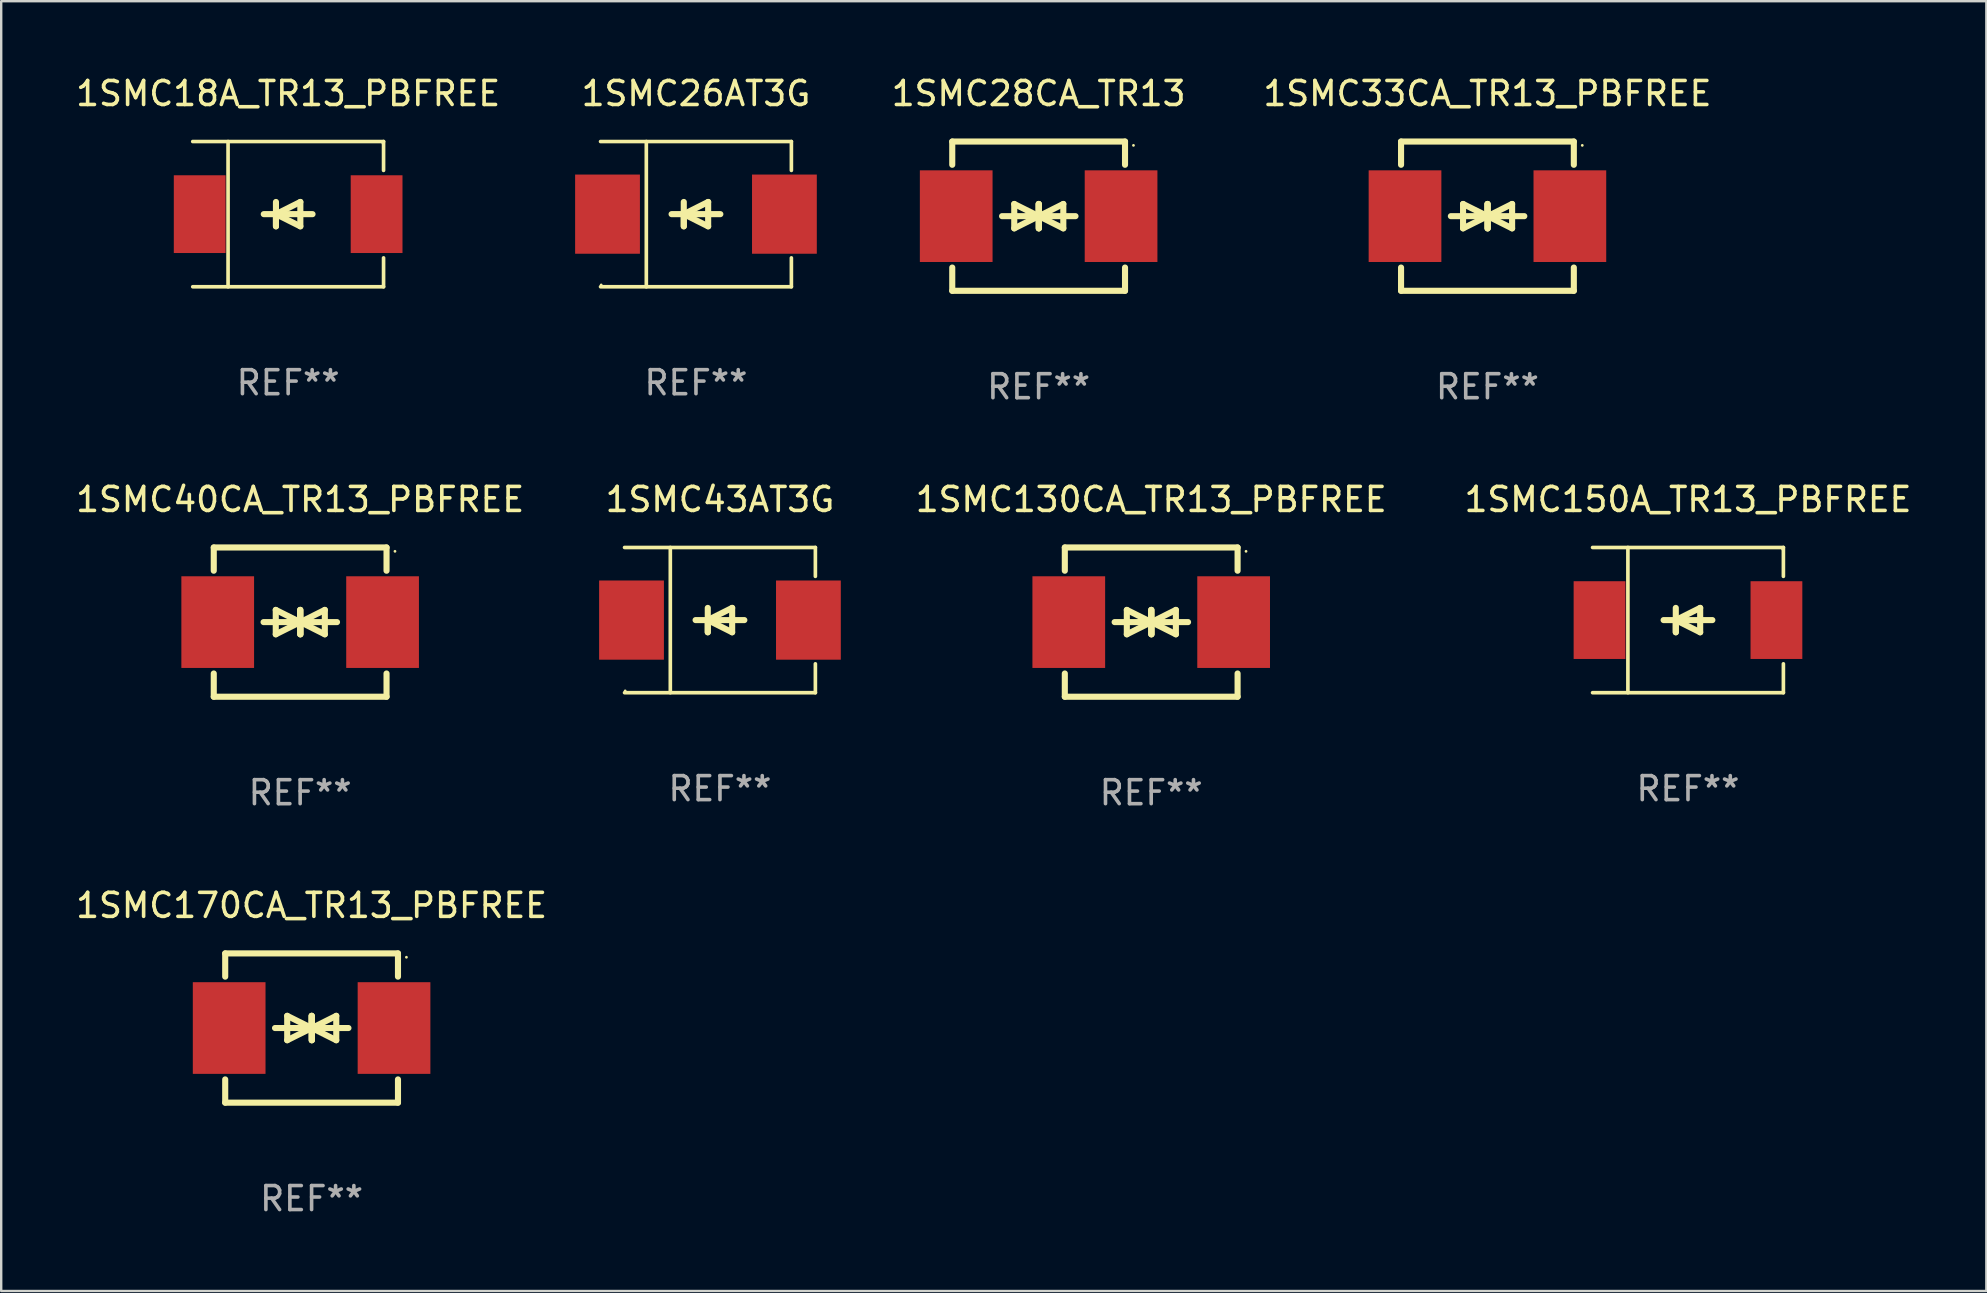
<source format=kicad_pcb>
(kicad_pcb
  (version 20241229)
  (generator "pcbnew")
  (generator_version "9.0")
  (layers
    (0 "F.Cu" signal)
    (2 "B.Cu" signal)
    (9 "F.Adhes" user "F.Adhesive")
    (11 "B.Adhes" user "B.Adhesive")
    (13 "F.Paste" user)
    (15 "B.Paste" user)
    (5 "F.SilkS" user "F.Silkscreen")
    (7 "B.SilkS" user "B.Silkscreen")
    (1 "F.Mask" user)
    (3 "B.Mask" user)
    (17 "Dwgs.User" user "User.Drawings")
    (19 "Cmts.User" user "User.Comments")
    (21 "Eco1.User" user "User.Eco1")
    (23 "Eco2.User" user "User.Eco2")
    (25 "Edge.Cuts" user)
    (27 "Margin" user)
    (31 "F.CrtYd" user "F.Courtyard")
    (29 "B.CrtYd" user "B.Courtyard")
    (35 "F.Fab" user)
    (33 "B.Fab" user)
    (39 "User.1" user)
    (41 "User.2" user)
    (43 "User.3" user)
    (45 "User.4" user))
  (footprint "1SMC18A_TR13_PBFREE"
    (layer "F.Cu")
    (at 8.958 5.874)
    (property "Reference" "1SMC18A_TR13_PBFREE" (at 0 -5.026 0) (layer "F.SilkS") (effects (font (size 1 1) (thickness 0.15))))
    (attr through_hole)
    (fp_line (start -3.976 -3.026) (end 3.976 -3.026) (stroke (width 0.152) (type solid)) (layer "F.SilkS"))
    (fp_line (start -3.976 3.026) (end 3.976 3.026) (stroke (width 0.152) (type solid)) (layer "F.SilkS"))
    (fp_line (start -2.504 -3.026) (end -2.504 3.026) (stroke (width 0.152) (type solid)) (layer "F.SilkS"))
    (fp_line (start -0.508 0) (end -0.508 0.508) (stroke (width 0.254) (type solid)) (layer "F.SilkS"))
    (fp_line (start -0.508 0) (end 0.508 0.508) (stroke (width 0.254) (type solid)) (layer "F.SilkS"))
    (fp_line (start -0.508 0.508) (end -0.508 -0.508) (stroke (width 0.254) (type solid)) (layer "F.SilkS"))
    (fp_line (start 0.508 -0.508) (end -0.508 0) (stroke (width 0.254) (type solid)) (layer "F.SilkS"))
    (fp_line (start 0.508 0.508) (end 0.508 -0.508) (stroke (width 0.254) (type solid)) (layer "F.SilkS"))
    (fp_line (start 1.016 0) (end -1.016 0) (stroke (width 0.254) (type solid)) (layer "F.SilkS"))
    (fp_line (start 3.976 -3.026) (end 3.976 -1.823) (stroke (width 0.152) (type solid)) (layer "F.SilkS"))
    (fp_line (start 3.976 3.026) (end 3.976 1.823) (stroke (width 0.152) (type solid)) (layer "F.SilkS"))
    (fp_circle (center 3.95 -2.95) (end 3.98 -2.95) (stroke (width 0.06) (type solid)) (fill no) (layer "F.SilkS"))
    (fp_text user "REF**" (at 0 7.026 0) (layer "F.Fab") (effects (font (size 1 1) (thickness 0.15))))
    (pad "1" smd rect (at 3.686 0 180) (size 2.158 3.24) (layers "F.Cu" "F.Mask" "F.Paste"))
    (pad "2" smd rect (at -3.686 0 180) (size 2.158 3.24) (layers "F.Cu" "F.Mask" "F.Paste")))
  (footprint "1SMC170CA_TR13_PBFREE"
    (layer "F.Cu")
    (at 9.935 39.791)
    (property "Reference" "1SMC170CA_TR13_PBFREE" (at 0 -5.11 0) (layer "F.SilkS") (effects (font (size 1 1) (thickness 0.15))))
    (attr through_hole)
    (fp_line (start -3.6 -2.141) (end -3.6 -3.11) (stroke (width 0.254) (type solid)) (layer "F.SilkS"))
    (fp_line (start -3.6 3.11) (end -3.6 2.141) (stroke (width 0.254) (type solid)) (layer "F.SilkS"))
    (fp_line (start -1.524 0) (end 0.508 0) (stroke (width 0.254) (type solid)) (layer "F.SilkS"))
    (fp_line (start -1.016 -0.508) (end -1.016 0.508) (stroke (width 0.254) (type solid)) (layer "F.SilkS"))
    (fp_line (start -1.016 0.508) (end 0 0) (stroke (width 0.254) (type solid)) (layer "F.SilkS"))
    (fp_line (start 0 -0.508) (end 0 0.508) (stroke (width 0.254) (type solid)) (layer "F.SilkS"))
    (fp_line (start 0 0) (end -1.016 -0.508) (stroke (width 0.254) (type solid)) (layer "F.SilkS"))
    (fp_line (start 0 0) (end 0 -0.508) (stroke (width 0.254) (type solid)) (layer "F.SilkS"))
    (fp_line (start 0.012 0) (end 0.012 0.508) (stroke (width 0.254) (type solid)) (layer "F.SilkS"))
    (fp_line (start 0.012 0) (end 1.028 0.508) (stroke (width 0.254) (type solid)) (layer "F.SilkS"))
    (fp_line (start 0.012 0.508) (end 0.012 -0.508) (stroke (width 0.254) (type solid)) (layer "F.SilkS"))
    (fp_line (start 1.028 -0.508) (end 0.012 0) (stroke (width 0.254) (type solid)) (layer "F.SilkS"))
    (fp_line (start 1.028 0.508) (end 1.028 -0.508) (stroke (width 0.254) (type solid)) (layer "F.SilkS"))
    (fp_line (start 1.536 0) (end -0.496 0) (stroke (width 0.254) (type solid)) (layer "F.SilkS"))
    (fp_line (start 3.6 -3.11) (end -3.6 -3.11) (stroke (width 0.254) (type solid)) (layer "F.SilkS"))
    (fp_line (start 3.6 -2.141) (end 3.6 -3.11) (stroke (width 0.254) (type solid)) (layer "F.SilkS"))
    (fp_line (start 3.6 3.11) (end -3.6 3.11) (stroke (width 0.254) (type solid)) (layer "F.SilkS"))
    (fp_line (start 3.6 3.11) (end 3.6 2.141) (stroke (width 0.254) (type solid)) (layer "F.SilkS"))
    (fp_circle (center 3.952 -2.95) (end 3.982 -2.95) (stroke (width 0.06) (type solid)) (fill no) (layer "F.SilkS"))
    (fp_text user "REF**" (at 0 7.11 0) (layer "F.Fab") (effects (font (size 1 1) (thickness 0.15))))
    (pad "1" smd rect (at 3.435 0) (size 3.03 3.82) (layers "F.Cu" "F.Mask" "F.Paste"))
    (pad "2" smd rect (at -3.435 0) (size 3.03 3.82) (layers "F.Cu" "F.Mask" "F.Paste")))
  (footprint "1SMC28CA_TR13"
    (layer "F.Cu")
    (at 40.233 5.958)
    (property "Reference" "1SMC28CA_TR13" (at 0 -5.11 0) (layer "F.SilkS") (effects (font (size 1 1) (thickness 0.15))))
    (attr through_hole)
    (fp_line (start -3.6 -2.141) (end -3.6 -3.11) (stroke (width 0.254) (type solid)) (layer "F.SilkS"))
    (fp_line (start -3.6 3.11) (end -3.6 2.141) (stroke (width 0.254) (type solid)) (layer "F.SilkS"))
    (fp_line (start -1.524 0) (end 0.508 0) (stroke (width 0.254) (type solid)) (layer "F.SilkS"))
    (fp_line (start -1.016 -0.508) (end -1.016 0.508) (stroke (width 0.254) (type solid)) (layer "F.SilkS"))
    (fp_line (start -1.016 0.508) (end 0 0) (stroke (width 0.254) (type solid)) (layer "F.SilkS"))
    (fp_line (start 0 -0.508) (end 0 0.508) (stroke (width 0.254) (type solid)) (layer "F.SilkS"))
    (fp_line (start 0 0) (end -1.016 -0.508) (stroke (width 0.254) (type solid)) (layer "F.SilkS"))
    (fp_line (start 0 0) (end 0 -0.508) (stroke (width 0.254) (type solid)) (layer "F.SilkS"))
    (fp_line (start 0.012 0) (end 0.012 0.508) (stroke (width 0.254) (type solid)) (layer "F.SilkS"))
    (fp_line (start 0.012 0) (end 1.028 0.508) (stroke (width 0.254) (type solid)) (layer "F.SilkS"))
    (fp_line (start 0.012 0.508) (end 0.012 -0.508) (stroke (width 0.254) (type solid)) (layer "F.SilkS"))
    (fp_line (start 1.028 -0.508) (end 0.012 0) (stroke (width 0.254) (type solid)) (layer "F.SilkS"))
    (fp_line (start 1.028 0.508) (end 1.028 -0.508) (stroke (width 0.254) (type solid)) (layer "F.SilkS"))
    (fp_line (start 1.536 0) (end -0.496 0) (stroke (width 0.254) (type solid)) (layer "F.SilkS"))
    (fp_line (start 3.6 -3.11) (end -3.6 -3.11) (stroke (width 0.254) (type solid)) (layer "F.SilkS"))
    (fp_line (start 3.6 -2.141) (end 3.6 -3.11) (stroke (width 0.254) (type solid)) (layer "F.SilkS"))
    (fp_line (start 3.6 3.11) (end -3.6 3.11) (stroke (width 0.254) (type solid)) (layer "F.SilkS"))
    (fp_line (start 3.6 3.11) (end 3.6 2.141) (stroke (width 0.254) (type solid)) (layer "F.SilkS"))
    (fp_circle (center 3.952 -2.95) (end 3.982 -2.95) (stroke (width 0.06) (type solid)) (fill no) (layer "F.SilkS"))
    (fp_text user "REF**" (at 0 7.11 0) (layer "F.Fab") (effects (font (size 1 1) (thickness 0.15))))
    (pad "1" smd rect (at 3.435 0) (size 3.03 3.82) (layers "F.Cu" "F.Mask" "F.Paste"))
    (pad "2" smd rect (at -3.435 0) (size 3.03 3.82) (layers "F.Cu" "F.Mask" "F.Paste")))
  (footprint "1SMC43AT3G"
    (layer "F.Cu")
    (at 26.953 22.791)
    (property "Reference" "1SMC43AT3G" (at 0 -5.026 0) (layer "F.SilkS") (effects (font (size 1 1) (thickness 0.15))))
    (attr through_hole)
    (fp_line (start -3.976 -3.026) (end 3.976 -3.026) (stroke (width 0.152) (type solid)) (layer "F.SilkS"))
    (fp_line (start -3.976 3.026) (end 3.976 3.026) (stroke (width 0.152) (type solid)) (layer "F.SilkS"))
    (fp_line (start -2.069 -3.026) (end -2.069 3.026) (stroke (width 0.152) (type solid)) (layer "F.SilkS"))
    (fp_line (start -0.508 0) (end -0.508 0.508) (stroke (width 0.254) (type solid)) (layer "F.SilkS"))
    (fp_line (start -0.508 0) (end 0.508 0.508) (stroke (width 0.254) (type solid)) (layer "F.SilkS"))
    (fp_line (start -0.508 0.508) (end -0.508 -0.508) (stroke (width 0.254) (type solid)) (layer "F.SilkS"))
    (fp_line (start 0.508 -0.508) (end -0.508 0) (stroke (width 0.254) (type solid)) (layer "F.SilkS"))
    (fp_line (start 0.508 0.508) (end 0.508 -0.508) (stroke (width 0.254) (type solid)) (layer "F.SilkS"))
    (fp_line (start 1.016 0) (end -1.016 0) (stroke (width 0.254) (type solid)) (layer "F.SilkS"))
    (fp_line (start 3.976 -3.026) (end 3.976 -1.823) (stroke (width 0.152) (type solid)) (layer "F.SilkS"))
    (fp_line (start 3.976 3.026) (end 3.976 1.823) (stroke (width 0.152) (type solid)) (layer "F.SilkS"))
    (fp_circle (center -3.95 2.95) (end -3.92 2.95) (stroke (width 0.06) (type solid)) (fill no) (layer "F.SilkS"))
    (fp_text user "REF**" (at 0 7.026 0) (layer "F.Fab") (effects (font (size 1 1) (thickness 0.15))))
    (pad "1" smd rect (at -3.686 0) (size 2.7 3.3) (layers "F.Cu" "F.Mask" "F.Paste"))
    (pad "2" smd rect (at 3.686 0) (size 2.7 3.3) (layers "F.Cu" "F.Mask" "F.Paste")))
  (footprint "1SMC33CA_TR13_PBFREE"
    (layer "F.Cu")
    (at 58.936 5.958)
    (property "Reference" "1SMC33CA_TR13_PBFREE" (at 0 -5.11 0) (layer "F.SilkS") (effects (font (size 1 1) (thickness 0.15))))
    (attr through_hole)
    (fp_line (start -3.6 -2.141) (end -3.6 -3.11) (stroke (width 0.254) (type solid)) (layer "F.SilkS"))
    (fp_line (start -3.6 3.11) (end -3.6 2.141) (stroke (width 0.254) (type solid)) (layer "F.SilkS"))
    (fp_line (start -1.524 0) (end 0.508 0) (stroke (width 0.254) (type solid)) (layer "F.SilkS"))
    (fp_line (start -1.016 -0.508) (end -1.016 0.508) (stroke (width 0.254) (type solid)) (layer "F.SilkS"))
    (fp_line (start -1.016 0.508) (end 0 0) (stroke (width 0.254) (type solid)) (layer "F.SilkS"))
    (fp_line (start 0 -0.508) (end 0 0.508) (stroke (width 0.254) (type solid)) (layer "F.SilkS"))
    (fp_line (start 0 0) (end -1.016 -0.508) (stroke (width 0.254) (type solid)) (layer "F.SilkS"))
    (fp_line (start 0 0) (end 0 -0.508) (stroke (width 0.254) (type solid)) (layer "F.SilkS"))
    (fp_line (start 0.012 0) (end 0.012 0.508) (stroke (width 0.254) (type solid)) (layer "F.SilkS"))
    (fp_line (start 0.012 0) (end 1.028 0.508) (stroke (width 0.254) (type solid)) (layer "F.SilkS"))
    (fp_line (start 0.012 0.508) (end 0.012 -0.508) (stroke (width 0.254) (type solid)) (layer "F.SilkS"))
    (fp_line (start 1.028 -0.508) (end 0.012 0) (stroke (width 0.254) (type solid)) (layer "F.SilkS"))
    (fp_line (start 1.028 0.508) (end 1.028 -0.508) (stroke (width 0.254) (type solid)) (layer "F.SilkS"))
    (fp_line (start 1.536 0) (end -0.496 0) (stroke (width 0.254) (type solid)) (layer "F.SilkS"))
    (fp_line (start 3.6 -3.11) (end -3.6 -3.11) (stroke (width 0.254) (type solid)) (layer "F.SilkS"))
    (fp_line (start 3.6 -2.141) (end 3.6 -3.11) (stroke (width 0.254) (type solid)) (layer "F.SilkS"))
    (fp_line (start 3.6 3.11) (end -3.6 3.11) (stroke (width 0.254) (type solid)) (layer "F.SilkS"))
    (fp_line (start 3.6 3.11) (end 3.6 2.141) (stroke (width 0.254) (type solid)) (layer "F.SilkS"))
    (fp_circle (center 3.952 -2.95) (end 3.982 -2.95) (stroke (width 0.06) (type solid)) (fill no) (layer "F.SilkS"))
    (fp_text user "REF**" (at 0 7.11 0) (layer "F.Fab") (effects (font (size 1 1) (thickness 0.15))))
    (pad "1" smd rect (at 3.435 0) (size 3.03 3.82) (layers "F.Cu" "F.Mask" "F.Paste"))
    (pad "2" smd rect (at -3.435 0) (size 3.03 3.82) (layers "F.Cu" "F.Mask" "F.Paste")))
  (footprint "1SMC40CA_TR13_PBFREE"
    (layer "F.Cu")
    (at 9.458 22.875)
    (property "Reference" "1SMC40CA_TR13_PBFREE" (at 0 -5.11 0) (layer "F.SilkS") (effects (font (size 1 1) (thickness 0.15))))
    (attr through_hole)
    (fp_line (start -3.6 -2.141) (end -3.6 -3.11) (stroke (width 0.254) (type solid)) (layer "F.SilkS"))
    (fp_line (start -3.6 3.11) (end -3.6 2.141) (stroke (width 0.254) (type solid)) (layer "F.SilkS"))
    (fp_line (start -1.524 0) (end 0.508 0) (stroke (width 0.254) (type solid)) (layer "F.SilkS"))
    (fp_line (start -1.016 -0.508) (end -1.016 0.508) (stroke (width 0.254) (type solid)) (layer "F.SilkS"))
    (fp_line (start -1.016 0.508) (end 0 0) (stroke (width 0.254) (type solid)) (layer "F.SilkS"))
    (fp_line (start 0 -0.508) (end 0 0.508) (stroke (width 0.254) (type solid)) (layer "F.SilkS"))
    (fp_line (start 0 0) (end -1.016 -0.508) (stroke (width 0.254) (type solid)) (layer "F.SilkS"))
    (fp_line (start 0 0) (end 0 -0.508) (stroke (width 0.254) (type solid)) (layer "F.SilkS"))
    (fp_line (start 0.012 0) (end 0.012 0.508) (stroke (width 0.254) (type solid)) (layer "F.SilkS"))
    (fp_line (start 0.012 0) (end 1.028 0.508) (stroke (width 0.254) (type solid)) (layer "F.SilkS"))
    (fp_line (start 0.012 0.508) (end 0.012 -0.508) (stroke (width 0.254) (type solid)) (layer "F.SilkS"))
    (fp_line (start 1.028 -0.508) (end 0.012 0) (stroke (width 0.254) (type solid)) (layer "F.SilkS"))
    (fp_line (start 1.028 0.508) (end 1.028 -0.508) (stroke (width 0.254) (type solid)) (layer "F.SilkS"))
    (fp_line (start 1.536 0) (end -0.496 0) (stroke (width 0.254) (type solid)) (layer "F.SilkS"))
    (fp_line (start 3.6 -3.11) (end -3.6 -3.11) (stroke (width 0.254) (type solid)) (layer "F.SilkS"))
    (fp_line (start 3.6 -2.141) (end 3.6 -3.11) (stroke (width 0.254) (type solid)) (layer "F.SilkS"))
    (fp_line (start 3.6 3.11) (end -3.6 3.11) (stroke (width 0.254) (type solid)) (layer "F.SilkS"))
    (fp_line (start 3.6 3.11) (end 3.6 2.141) (stroke (width 0.254) (type solid)) (layer "F.SilkS"))
    (fp_circle (center 3.952 -2.95) (end 3.982 -2.95) (stroke (width 0.06) (type solid)) (fill no) (layer "F.SilkS"))
    (fp_text user "REF**" (at 0 7.11 0) (layer "F.Fab") (effects (font (size 1 1) (thickness 0.15))))
    (pad "1" smd rect (at 3.435 0) (size 3.03 3.82) (layers "F.Cu" "F.Mask" "F.Paste"))
    (pad "2" smd rect (at -3.435 0) (size 3.03 3.82) (layers "F.Cu" "F.Mask" "F.Paste")))
  (footprint "1SMC26AT3G"
    (layer "F.Cu")
    (at 25.953 5.874)
    (property "Reference" "1SMC26AT3G" (at 0 -5.026 0) (layer "F.SilkS") (effects (font (size 1 1) (thickness 0.15))))
    (attr through_hole)
    (fp_line (start -3.976 -3.026) (end 3.976 -3.026) (stroke (width 0.152) (type solid)) (layer "F.SilkS"))
    (fp_line (start -3.976 3.026) (end 3.976 3.026) (stroke (width 0.152) (type solid)) (layer "F.SilkS"))
    (fp_line (start -2.069 -3.026) (end -2.069 3.026) (stroke (width 0.152) (type solid)) (layer "F.SilkS"))
    (fp_line (start -0.508 0) (end -0.508 0.508) (stroke (width 0.254) (type solid)) (layer "F.SilkS"))
    (fp_line (start -0.508 0) (end 0.508 0.508) (stroke (width 0.254) (type solid)) (layer "F.SilkS"))
    (fp_line (start -0.508 0.508) (end -0.508 -0.508) (stroke (width 0.254) (type solid)) (layer "F.SilkS"))
    (fp_line (start 0.508 -0.508) (end -0.508 0) (stroke (width 0.254) (type solid)) (layer "F.SilkS"))
    (fp_line (start 0.508 0.508) (end 0.508 -0.508) (stroke (width 0.254) (type solid)) (layer "F.SilkS"))
    (fp_line (start 1.016 0) (end -1.016 0) (stroke (width 0.254) (type solid)) (layer "F.SilkS"))
    (fp_line (start 3.976 -3.026) (end 3.976 -1.823) (stroke (width 0.152) (type solid)) (layer "F.SilkS"))
    (fp_line (start 3.976 3.026) (end 3.976 1.823) (stroke (width 0.152) (type solid)) (layer "F.SilkS"))
    (fp_circle (center -3.95 2.95) (end -3.92 2.95) (stroke (width 0.06) (type solid)) (fill no) (layer "F.SilkS"))
    (fp_text user "REF**" (at 0 7.026 0) (layer "F.Fab") (effects (font (size 1 1) (thickness 0.15))))
    (pad "1" smd rect (at -3.686 0) (size 2.7 3.3) (layers "F.Cu" "F.Mask" "F.Paste"))
    (pad "2" smd rect (at 3.686 0) (size 2.7 3.3) (layers "F.Cu" "F.Mask" "F.Paste")))
  (footprint "1SMC150A_TR13_PBFREE"
    (layer "F.Cu")
    (at 67.293 22.791)
    (property "Reference" "1SMC150A_TR13_PBFREE" (at 0 -5.026 0) (layer "F.SilkS") (effects (font (size 1 1) (thickness 0.15))))
    (attr through_hole)
    (fp_line (start -3.976 -3.026) (end 3.976 -3.026) (stroke (width 0.152) (type solid)) (layer "F.SilkS"))
    (fp_line (start -3.976 3.026) (end 3.976 3.026) (stroke (width 0.152) (type solid)) (layer "F.SilkS"))
    (fp_line (start -2.504 -3.026) (end -2.504 3.026) (stroke (width 0.152) (type solid)) (layer "F.SilkS"))
    (fp_line (start -0.508 0) (end -0.508 0.508) (stroke (width 0.254) (type solid)) (layer "F.SilkS"))
    (fp_line (start -0.508 0) (end 0.508 0.508) (stroke (width 0.254) (type solid)) (layer "F.SilkS"))
    (fp_line (start -0.508 0.508) (end -0.508 -0.508) (stroke (width 0.254) (type solid)) (layer "F.SilkS"))
    (fp_line (start 0.508 -0.508) (end -0.508 0) (stroke (width 0.254) (type solid)) (layer "F.SilkS"))
    (fp_line (start 0.508 0.508) (end 0.508 -0.508) (stroke (width 0.254) (type solid)) (layer "F.SilkS"))
    (fp_line (start 1.016 0) (end -1.016 0) (stroke (width 0.254) (type solid)) (layer "F.SilkS"))
    (fp_line (start 3.976 -3.026) (end 3.976 -1.823) (stroke (width 0.152) (type solid)) (layer "F.SilkS"))
    (fp_line (start 3.976 3.026) (end 3.976 1.823) (stroke (width 0.152) (type solid)) (layer "F.SilkS"))
    (fp_circle (center 3.95 -2.95) (end 3.98 -2.95) (stroke (width 0.06) (type solid)) (fill no) (layer "F.SilkS"))
    (fp_text user "REF**" (at 0 7.026 0) (layer "F.Fab") (effects (font (size 1 1) (thickness 0.15))))
    (pad "1" smd rect (at 3.686 0 180) (size 2.158 3.24) (layers "F.Cu" "F.Mask" "F.Paste"))
    (pad "2" smd rect (at -3.686 0 180) (size 2.158 3.24) (layers "F.Cu" "F.Mask" "F.Paste")))
  (footprint "1SMC130CA_TR13_PBFREE"
    (layer "F.Cu")
    (at 44.924 22.875)
    (property "Reference" "1SMC130CA_TR13_PBFREE" (at 0 -5.11 0) (layer "F.SilkS") (effects (font (size 1 1) (thickness 0.15))))
    (attr through_hole)
    (fp_line (start -3.6 -2.141) (end -3.6 -3.11) (stroke (width 0.254) (type solid)) (layer "F.SilkS"))
    (fp_line (start -3.6 3.11) (end -3.6 2.141) (stroke (width 0.254) (type solid)) (layer "F.SilkS"))
    (fp_line (start -1.524 0) (end 0.508 0) (stroke (width 0.254) (type solid)) (layer "F.SilkS"))
    (fp_line (start -1.016 -0.508) (end -1.016 0.508) (stroke (width 0.254) (type solid)) (layer "F.SilkS"))
    (fp_line (start -1.016 0.508) (end 0 0) (stroke (width 0.254) (type solid)) (layer "F.SilkS"))
    (fp_line (start 0 -0.508) (end 0 0.508) (stroke (width 0.254) (type solid)) (layer "F.SilkS"))
    (fp_line (start 0 0) (end -1.016 -0.508) (stroke (width 0.254) (type solid)) (layer "F.SilkS"))
    (fp_line (start 0 0) (end 0 -0.508) (stroke (width 0.254) (type solid)) (layer "F.SilkS"))
    (fp_line (start 0.012 0) (end 0.012 0.508) (stroke (width 0.254) (type solid)) (layer "F.SilkS"))
    (fp_line (start 0.012 0) (end 1.028 0.508) (stroke (width 0.254) (type solid)) (layer "F.SilkS"))
    (fp_line (start 0.012 0.508) (end 0.012 -0.508) (stroke (width 0.254) (type solid)) (layer "F.SilkS"))
    (fp_line (start 1.028 -0.508) (end 0.012 0) (stroke (width 0.254) (type solid)) (layer "F.SilkS"))
    (fp_line (start 1.028 0.508) (end 1.028 -0.508) (stroke (width 0.254) (type solid)) (layer "F.SilkS"))
    (fp_line (start 1.536 0) (end -0.496 0) (stroke (width 0.254) (type solid)) (layer "F.SilkS"))
    (fp_line (start 3.6 -3.11) (end -3.6 -3.11) (stroke (width 0.254) (type solid)) (layer "F.SilkS"))
    (fp_line (start 3.6 -2.141) (end 3.6 -3.11) (stroke (width 0.254) (type solid)) (layer "F.SilkS"))
    (fp_line (start 3.6 3.11) (end -3.6 3.11) (stroke (width 0.254) (type solid)) (layer "F.SilkS"))
    (fp_line (start 3.6 3.11) (end 3.6 2.141) (stroke (width 0.254) (type solid)) (layer "F.SilkS"))
    (fp_circle (center 3.952 -2.95) (end 3.982 -2.95) (stroke (width 0.06) (type solid)) (fill no) (layer "F.SilkS"))
    (fp_text user "REF**" (at 0 7.11 0) (layer "F.Fab") (effects (font (size 1 1) (thickness 0.15))))
    (pad "1" smd rect (at 3.435 0) (size 3.03 3.82) (layers "F.Cu" "F.Mask" "F.Paste"))
    (pad "2" smd rect (at -3.435 0) (size 3.03 3.82) (layers "F.Cu" "F.Mask" "F.Paste")))
  (gr_rect
    (start -3 -3)
    (end 79.727 50.75)
    (stroke (width 0.1) (type default))
    (fill no)
    (layer "Edge.Cuts")))
</source>
